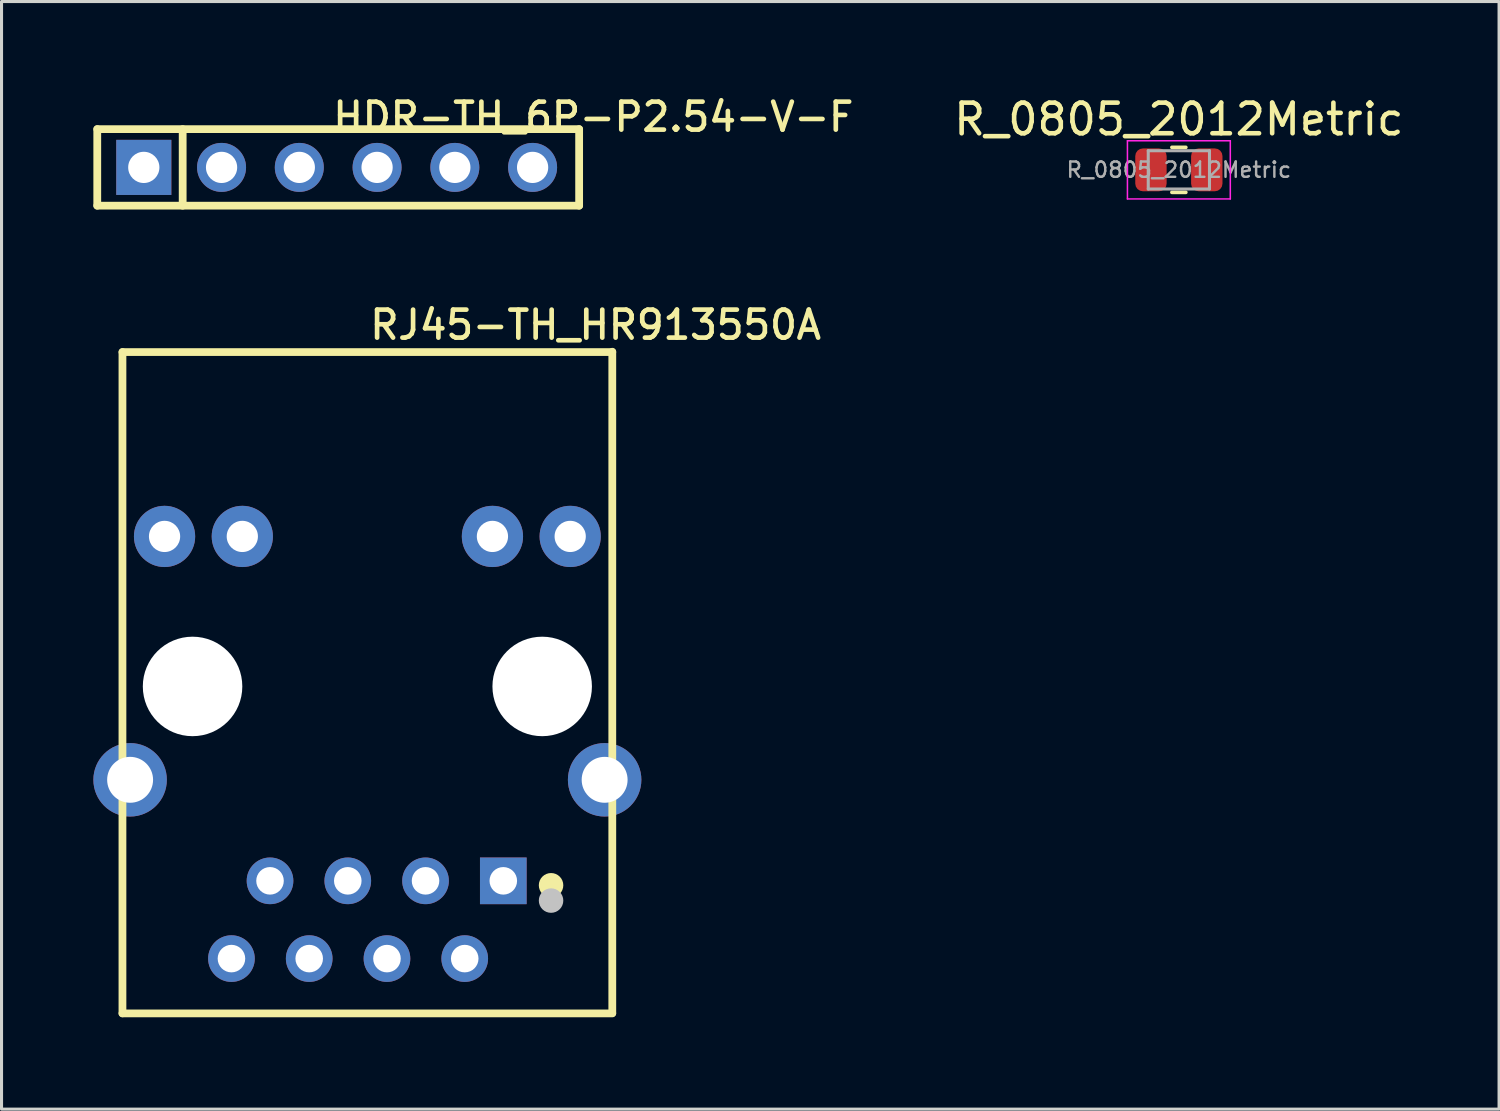
<source format=kicad_pcb>
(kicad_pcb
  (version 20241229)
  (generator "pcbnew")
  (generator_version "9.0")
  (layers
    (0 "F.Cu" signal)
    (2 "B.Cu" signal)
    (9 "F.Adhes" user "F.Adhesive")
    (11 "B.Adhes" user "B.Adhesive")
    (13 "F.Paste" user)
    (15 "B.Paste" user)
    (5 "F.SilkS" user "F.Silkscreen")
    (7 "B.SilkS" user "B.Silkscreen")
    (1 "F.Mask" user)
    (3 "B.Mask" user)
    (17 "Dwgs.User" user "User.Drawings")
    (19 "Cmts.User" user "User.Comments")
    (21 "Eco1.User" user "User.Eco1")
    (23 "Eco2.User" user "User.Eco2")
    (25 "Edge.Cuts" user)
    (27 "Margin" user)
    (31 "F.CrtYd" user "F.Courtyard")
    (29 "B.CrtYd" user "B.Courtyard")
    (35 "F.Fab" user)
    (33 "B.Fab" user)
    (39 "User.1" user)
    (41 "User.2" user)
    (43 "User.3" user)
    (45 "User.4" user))
  (footprint "RJ45-TH_HR913550A"
    (layer "F.Cu")
    (at 8.95 21.367)
    (property "Reference" "RJ45-TH_HR913550A" (at 0 -14.339 0) (layer "F.SilkS") (effects (font (size 0.914 0.914) (thickness 0.152)) (justify left top)))
    (fp_line (start -8 -12.917) (end -8 8.683) (stroke (width 0.254) (type default)) (layer "F.SilkS"))
    (fp_line (start -8 -12.917) (end 8 -12.917) (stroke (width 0.254) (type default)) (layer "F.SilkS"))
    (fp_line (start -8 8.685) (end 8 8.685) (stroke (width 0.254) (type default)) (layer "F.SilkS"))
    (fp_line (start 8 -12.927) (end 8 8.673) (stroke (width 0.254) (type default)) (layer "F.SilkS"))
    (fp_circle (center 6 4.5) (end 6.2 4.5) (stroke (width 0.4) (type default)) (fill no) (layer "F.SilkS"))
    (fp_circle (center -5.71 -1.995) (end -4.96 -1.995) (stroke (width 1.5) (type default)) (fill no) (layer "Dwgs.User"))
    (fp_circle (center 5.71 -1.995) (end 6.46 -1.995) (stroke (width 1.5) (type default)) (fill no) (layer "Dwgs.User"))
    (fp_circle (center 6 5) (end 6.2 5) (stroke (width 0.4) (type default)) (fill no) (layer "Dwgs.User"))
    (fp_circle (center -5.71 -1.995) (end -4.897 -1.995) (stroke (width 1.625) (type default)) (fill no) (layer "User.3"))
    (fp_circle (center 5.71 -1.995) (end 6.522 -1.995) (stroke (width 1.625) (type default)) (fill no) (layer "User.3"))
    (fp_circle (center -7.75 1.055) (end -7.3 1.055) (stroke (width 0.9) (type default)) (fill no) (layer "User.4"))
    (fp_circle (center -6.625 -6.895) (end -6.25 -6.895) (stroke (width 0.75) (type default)) (fill no) (layer "User.4"))
    (fp_circle (center -4.44 6.895) (end -4.154 6.895) (stroke (width 0.572) (type default)) (fill no) (layer "User.4"))
    (fp_circle (center -4.085 -6.895) (end -3.71 -6.895) (stroke (width 0.75) (type default)) (fill no) (layer "User.4"))
    (fp_circle (center -3.18 4.355) (end -2.894 4.355) (stroke (width 0.572) (type default)) (fill no) (layer "User.4"))
    (fp_circle (center -1.9 6.895) (end -1.614 6.895) (stroke (width 0.572) (type default)) (fill no) (layer "User.4"))
    (fp_circle (center -0.64 4.355) (end -0.354 4.355) (stroke (width 0.572) (type default)) (fill no) (layer "User.4"))
    (fp_circle (center 0.64 6.895) (end 0.926 6.895) (stroke (width 0.572) (type default)) (fill no) (layer "User.4"))
    (fp_circle (center 1.9 4.355) (end 2.186 4.355) (stroke (width 0.572) (type default)) (fill no) (layer "User.4"))
    (fp_circle (center 3.18 6.895) (end 3.466 6.895) (stroke (width 0.572) (type default)) (fill no) (layer "User.4"))
    (fp_circle (center 4.085 -6.895) (end 4.46 -6.895) (stroke (width 0.75) (type default)) (fill no) (layer "User.4"))
    (fp_circle (center 6.625 -6.895) (end 7 -6.895) (stroke (width 0.75) (type default)) (fill no) (layer "User.4"))
    (fp_circle (center 7.75 1.055) (end 8.2 1.055) (stroke (width 0.9) (type default)) (fill no) (layer "User.4"))
    (fp_circle (center 8.65 8.5) (end 8.68 8.5) (stroke (width 0.06) (type default)) (fill no) (layer "User.5"))
    (pad "" np_thru_hole circle (at -5.71 -1.995) (size 3.25 3.25) (drill 3.25) (layers "*.Cu" "*.Mask"))
    (pad "" np_thru_hole circle (at 5.71 -1.995) (size 3.25 3.25) (drill 3.25) (layers "*.Cu" "*.Mask"))
    (pad "1" thru_hole rect (at 4.44 4.355 90) (size 1.524 1.524) (drill 0.9) (layers "*.Cu" "*.Mask"))
    (pad "2" thru_hole oval (at 3.18 6.895 90) (size 1.524 1.524) (drill 0.9) (layers "*.Cu" "*.Mask"))
    (pad "3" thru_hole oval (at 1.9 4.355 90) (size 1.524 1.524) (drill 0.9) (layers "*.Cu" "*.Mask"))
    (pad "4" thru_hole oval (at 0.64 6.895 90) (size 1.524 1.524) (drill 0.9) (layers "*.Cu" "*.Mask"))
    (pad "5" thru_hole oval (at -0.64 4.355 90) (size 1.524 1.524) (drill 0.9) (layers "*.Cu" "*.Mask"))
    (pad "6" thru_hole oval (at -1.9 6.895 90) (size 1.524 1.524) (drill 0.9) (layers "*.Cu" "*.Mask"))
    (pad "7" thru_hole oval (at -3.18 4.355 90) (size 1.524 1.524) (drill 0.9) (layers "*.Cu" "*.Mask"))
    (pad "8" thru_hole oval (at -4.44 6.895 90) (size 1.524 1.524) (drill 0.9) (layers "*.Cu" "*.Mask"))
    (pad "9" thru_hole oval (at 6.625 -6.895 90) (size 2 2) (drill 1.02) (layers "*.Cu" "*.Mask"))
    (pad "10" thru_hole oval (at 4.085 -6.895 90) (size 2 2) (drill 1.02) (layers "*.Cu" "*.Mask"))
    (pad "11" thru_hole oval (at -4.085 -6.895 90) (size 2 2) (drill 1.02) (layers "*.Cu" "*.Mask"))
    (pad "12" thru_hole oval (at -6.625 -6.895 90) (size 2 2) (drill 1.02) (layers "*.Cu" "*.Mask"))
    (pad "13" thru_hole oval (at 7.75 1.055 90) (size 2.4 2.4) (drill 1.5) (layers "*.Cu" "*.Mask"))
    (pad "14" thru_hole oval (at -7.75 1.055 90) (size 2.4 2.4) (drill 1.5) (layers "*.Cu" "*.Mask"))
    (zone (net_name "") (layer "User.3") (hatch edge 0.5) (priority 100) (connect_pads yes) (min_thickness 0) (filled_areas_thickness no) (fill yes) (polygon (pts (xy 0.95 29.867) (xy 0.95 8.567) (xy 16.99 8.567) (xy 16.99 29.867))) (filled_polygon (layer "User.3") (island) (pts (xy 0.95 29.867) (xy 0.95 8.567) (xy 16.99 8.567) (xy 16.99 29.867))))
    (zone (net_name "") (layer "User.4") (hatch edge 0.5) (priority 100) (connect_pads yes) (min_thickness 0) (filled_areas_thickness no) (fill yes) (polygon (pts (xy 12.819 26.294) (xy 12.819 25.151) (xy 13.961 25.151) (xy 13.961 26.294))) (filled_polygon (layer "User.4") (island) (pts (xy 12.819 26.294) (xy 12.819 25.151) (xy 13.961 25.151) (xy 13.961 26.294)))))
  (footprint "HDR-TH_6P-P2.54-V-F"
    (layer "F.Cu")
    (at 7.997 2.418)
    (property "Reference" "HDR-TH_6P-P2.54-V-F" (at -0.254 -2.184 0) (layer "F.SilkS") (effects (font (size 0.914 0.914) (thickness 0.152)) (justify left top)))
    (fp_line (start -7.87 -1.25) (end -7.87 1.25) (stroke (width 0.254) (type default)) (layer "F.SilkS"))
    (fp_line (start -7.87 1.25) (end 7.87 1.25) (stroke (width 0.254) (type default)) (layer "F.SilkS"))
    (fp_line (start -5.08 -1.25) (end -5.08 1.25) (stroke (width 0.254) (type default)) (layer "F.SilkS"))
    (fp_line (start 7.87 -1.25) (end -7.87 -1.25) (stroke (width 0.254) (type default)) (layer "F.SilkS"))
    (fp_line (start 7.87 1.25) (end 7.87 -1.25) (stroke (width 0.254) (type default)) (layer "F.SilkS"))
    (fp_circle (center -7.87 1.25) (end -7.84 1.25) (stroke (width 0.06) (type default)) (fill no) (layer "User.5"))
    (pad "1" thru_hole rect (at -6.35 0) (size 1.8 1.8) (drill 1.02) (layers "*.Cu" "*.Mask"))
    (pad "2" thru_hole oval (at -3.81 0) (size 1.6 1.6) (drill 1.02) (layers "*.Cu" "*.Mask"))
    (pad "3" thru_hole oval (at -1.27 0) (size 1.6 1.6) (drill 1.02) (layers "*.Cu" "*.Mask"))
    (pad "4" thru_hole oval (at 1.27 0) (size 1.6 1.6) (drill 1.02) (layers "*.Cu" "*.Mask"))
    (pad "5" thru_hole oval (at 3.81 0) (size 1.6 1.6) (drill 1.02) (layers "*.Cu" "*.Mask"))
    (pad "6" thru_hole oval (at 6.35 0) (size 1.6 1.6) (drill 1.02) (layers "*.Cu" "*.Mask"))
    (zone (net_name "") (layer "User.3") (hatch edge 0.5) (priority 100) (connect_pads yes) (min_thickness 0) (filled_areas_thickness no) (fill yes) (polygon (pts (xy 0.127 3.668) (xy 0.127 1.168) (xy 15.867 1.168) (xy 15.867 3.668))) (filled_polygon (layer "User.3") (island) (pts (xy 0.127 3.668) (xy 0.127 1.168) (xy 15.867 1.168) (xy 15.867 3.668))))
    (zone (net_name "") (layer "User.4") (hatch edge 0.5) (priority 100) (connect_pads yes) (min_thickness 0) (filled_areas_thickness no) (fill yes) (polygon (pts (xy 1.327 2.268) (xy 1.967 2.268) (xy 1.967 2.568) (xy 1.327 2.568))) (filled_polygon (layer "User.4") (island) (pts (xy 1.327 2.268) (xy 1.967 2.268) (xy 1.967 2.568) (xy 1.327 2.568))))
    (zone (net_name "") (layer "User.4") (hatch edge 0.5) (priority 100) (connect_pads yes) (min_thickness 0) (filled_areas_thickness no) (fill yes) (polygon (pts (xy 3.867 2.268) (xy 4.507 2.268) (xy 4.507 2.568) (xy 3.867 2.568))) (filled_polygon (layer "User.4") (island) (pts (xy 3.867 2.268) (xy 4.507 2.268) (xy 4.507 2.568) (xy 3.867 2.568))))
    (zone (net_name "") (layer "User.4") (hatch edge 0.5) (priority 100) (connect_pads yes) (min_thickness 0) (filled_areas_thickness no) (fill yes) (polygon (pts (xy 6.407 2.268) (xy 7.047 2.268) (xy 7.047 2.568) (xy 6.407 2.568))) (filled_polygon (layer "User.4") (island) (pts (xy 6.407 2.268) (xy 7.047 2.268) (xy 7.047 2.568) (xy 6.407 2.568))))
    (zone (net_name "") (layer "User.4") (hatch edge 0.5) (priority 100) (connect_pads yes) (min_thickness 0) (filled_areas_thickness no) (fill yes) (polygon (pts (xy 8.947 2.268) (xy 9.587 2.268) (xy 9.587 2.568) (xy 8.947 2.568))) (filled_polygon (layer "User.4") (island) (pts (xy 8.947 2.268) (xy 9.587 2.268) (xy 9.587 2.568) (xy 8.947 2.568))))
    (zone (net_name "") (layer "User.4") (hatch edge 0.5) (priority 100) (connect_pads yes) (min_thickness 0) (filled_areas_thickness no) (fill yes) (polygon (pts (xy 11.487 2.268) (xy 12.127 2.268) (xy 12.127 2.568) (xy 11.487 2.568))) (filled_polygon (layer "User.4") (island) (pts (xy 11.487 2.268) (xy 12.127 2.268) (xy 12.127 2.568) (xy 11.487 2.568))))
    (zone (net_name "") (layer "User.4") (hatch edge 0.5) (priority 100) (connect_pads yes) (min_thickness 0) (filled_areas_thickness no) (fill yes) (polygon (pts (xy 14.027 2.268) (xy 14.667 2.268) (xy 14.667 2.568) (xy 14.027 2.568))) (filled_polygon (layer "User.4") (island) (pts (xy 14.027 2.268) (xy 14.667 2.268) (xy 14.667 2.568) (xy 14.027 2.568)))))
  (footprint "R_0805_2012Metric"
    (layer "F.Cu")
    (at 35.457 2.498)
    (property "Reference" "R_0805_2012Metric" (at 0 -1.65 0) (layer "F.SilkS") (effects (font (size 1 1) (thickness 0.15))))
    (attr smd)
    (fp_line (start -0.227 -0.735) (end 0.227 -0.735) (stroke (width 0.12) (type solid)) (layer "F.SilkS"))
    (fp_line (start -0.227 0.735) (end 0.227 0.735) (stroke (width 0.12) (type solid)) (layer "F.SilkS"))
    (fp_line (start -1.68 -0.95) (end 1.68 -0.95) (stroke (width 0.05) (type solid)) (layer "F.CrtYd"))
    (fp_line (start -1.68 0.95) (end -1.68 -0.95) (stroke (width 0.05) (type solid)) (layer "F.CrtYd"))
    (fp_line (start 1.68 -0.95) (end 1.68 0.95) (stroke (width 0.05) (type solid)) (layer "F.CrtYd"))
    (fp_line (start 1.68 0.95) (end -1.68 0.95) (stroke (width 0.05) (type solid)) (layer "F.CrtYd"))
    (fp_line (start -1 -0.625) (end 1 -0.625) (stroke (width 0.1) (type solid)) (layer "F.Fab"))
    (fp_line (start -1 0.625) (end -1 -0.625) (stroke (width 0.1) (type solid)) (layer "F.Fab"))
    (fp_line (start 1 -0.625) (end 1 0.625) (stroke (width 0.1) (type solid)) (layer "F.Fab"))
    (fp_line (start 1 0.625) (end -1 0.625) (stroke (width 0.1) (type solid)) (layer "F.Fab"))
    (fp_text user "${REFERENCE}" (at 0 0 0) (layer "F.Fab") (effects (font (size 0.5 0.5) (thickness 0.08))))
    (pad "1" smd roundrect (at -0.912 0 180) (size 1.025 1.4) (layers "F.Cu" "F.Mask" "F.Paste") (roundrect_rratio 0.244))
    (pad "2" smd roundrect (at 0.912 0 180) (size 1.025 1.4) (layers "F.Cu" "F.Mask" "F.Paste") (roundrect_rratio 0.244)))
  (gr_rect
    (start -3 -3)
    (end 45.916 33.179)
    (stroke (width 0.1) (type default))
    (fill no)
    (layer "Edge.Cuts")))
</source>
